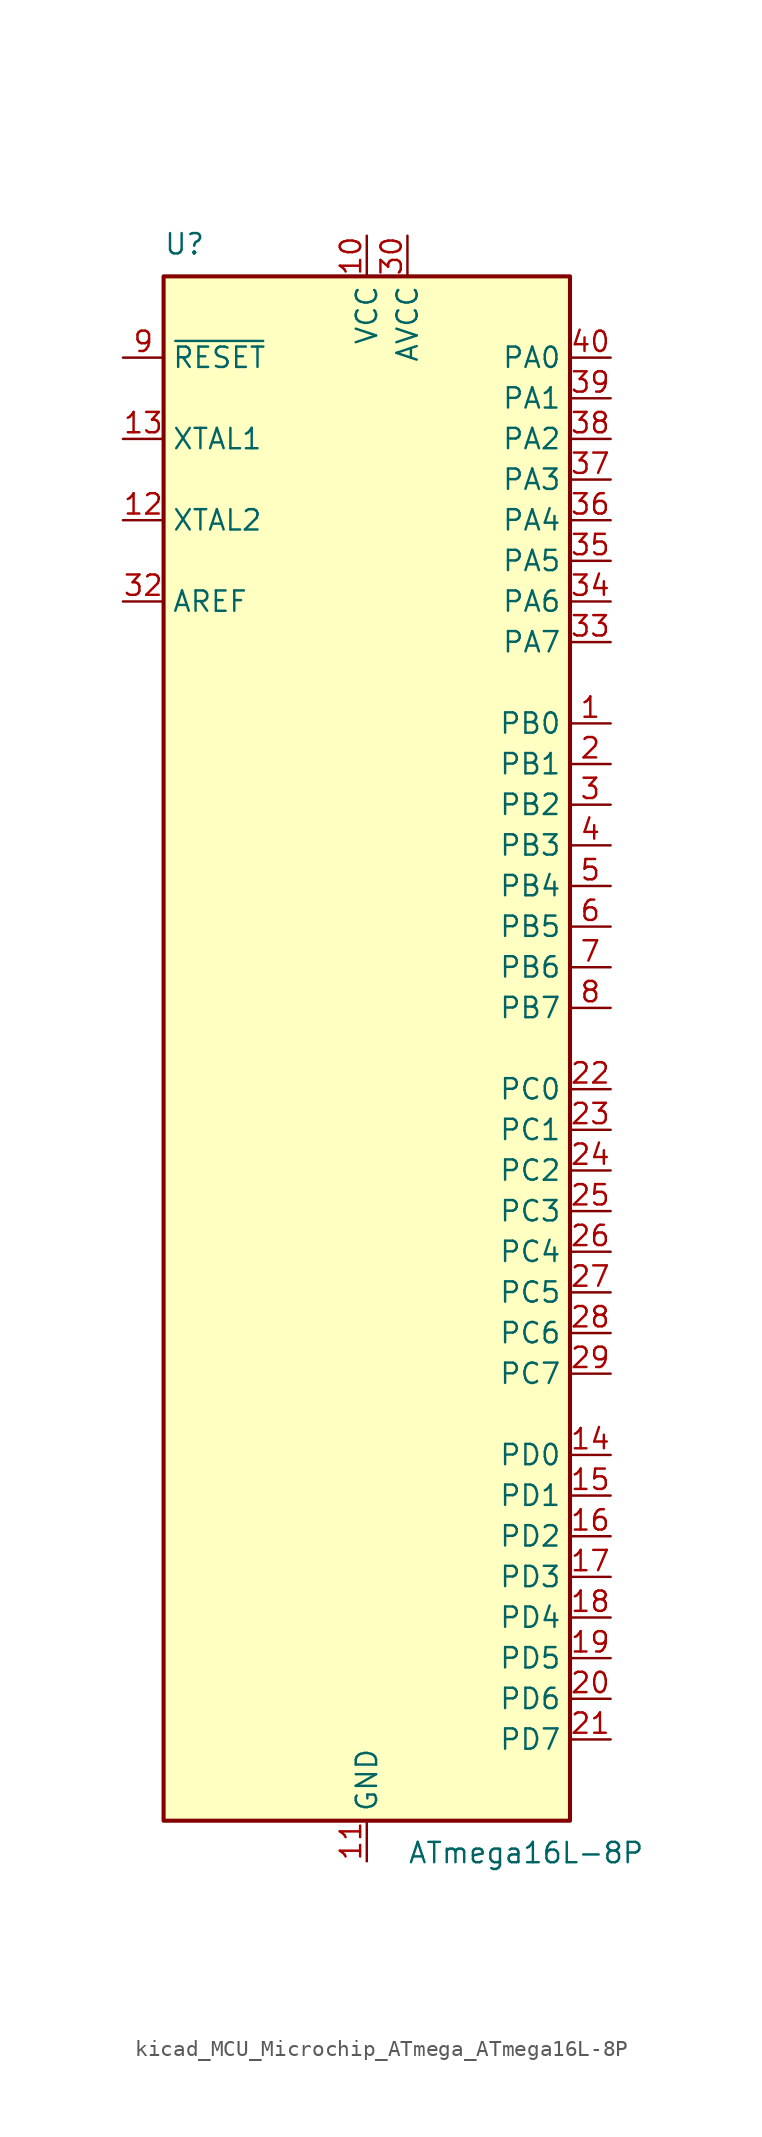
<source format=kicad_sym>
(kicad_symbol_lib
  (version 20220914)
  (generator kicad_symbol_editor)
  (symbol "kicad_MCU_Microchip_ATmega_ATmega16L-8P"
    (property "Reference" "U"
      (at -12.7 49.53 0)
      (effects (font (size 1.27 1.27)) (justify left bottom)))
    (property "Value" "ATmega16L-8P"
      (at 2.54 -49.53 0)
      (effects (font (size 1.27 1.27)) (justify left top)))
    (symbol "kicad_MCU_Microchip_ATmega_ATmega16L-8P_0_1"
      (rectangle (start -12.7 -48.26) (end 12.7 48.26) (stroke (width 0.254) (type default)) (fill (type background))))
    (symbol "kicad_MCU_Microchip_ATmega_ATmega16L-8P_1_1"
      (pin bidirectional line (at 15.24 20.32 180) (length 2.54) (name "PB0" (effects (font (size 1.27 1.27)))) (number "1" (effects (font (size 1.27 1.27)))))
      (pin power_in line (at 0 50.8 270) (length 2.54) (name "VCC" (effects (font (size 1.27 1.27)))) (number "10" (effects (font (size 1.27 1.27)))))
      (pin power_in line (at 0 -50.8 90) (length 2.54) (name "GND" (effects (font (size 1.27 1.27)))) (number "11" (effects (font (size 1.27 1.27)))))
      (pin output line (at -15.24 33.02 0) (length 2.54) (name "XTAL2" (effects (font (size 1.27 1.27)))) (number "12" (effects (font (size 1.27 1.27)))))
      (pin input line (at -15.24 38.1 0) (length 2.54) (name "XTAL1" (effects (font (size 1.27 1.27)))) (number "13" (effects (font (size 1.27 1.27)))))
      (pin bidirectional line (at 15.24 -25.4 180) (length 2.54) (name "PD0" (effects (font (size 1.27 1.27)))) (number "14" (effects (font (size 1.27 1.27)))))
      (pin bidirectional line (at 15.24 -27.94 180) (length 2.54) (name "PD1" (effects (font (size 1.27 1.27)))) (number "15" (effects (font (size 1.27 1.27)))))
      (pin bidirectional line (at 15.24 -30.48 180) (length 2.54) (name "PD2" (effects (font (size 1.27 1.27)))) (number "16" (effects (font (size 1.27 1.27)))))
      (pin bidirectional line (at 15.24 -33.02 180) (length 2.54) (name "PD3" (effects (font (size 1.27 1.27)))) (number "17" (effects (font (size 1.27 1.27)))))
      (pin bidirectional line (at 15.24 -35.56 180) (length 2.54) (name "PD4" (effects (font (size 1.27 1.27)))) (number "18" (effects (font (size 1.27 1.27)))))
      (pin bidirectional line (at 15.24 -38.1 180) (length 2.54) (name "PD5" (effects (font (size 1.27 1.27)))) (number "19" (effects (font (size 1.27 1.27)))))
      (pin bidirectional line (at 15.24 17.78 180) (length 2.54) (name "PB1" (effects (font (size 1.27 1.27)))) (number "2" (effects (font (size 1.27 1.27)))))
      (pin bidirectional line (at 15.24 -40.64 180) (length 2.54) (name "PD6" (effects (font (size 1.27 1.27)))) (number "20" (effects (font (size 1.27 1.27)))))
      (pin bidirectional line (at 15.24 -43.18 180) (length 2.54) (name "PD7" (effects (font (size 1.27 1.27)))) (number "21" (effects (font (size 1.27 1.27)))))
      (pin bidirectional line (at 15.24 -2.54 180) (length 2.54) (name "PC0" (effects (font (size 1.27 1.27)))) (number "22" (effects (font (size 1.27 1.27)))))
      (pin bidirectional line (at 15.24 -5.08 180) (length 2.54) (name "PC1" (effects (font (size 1.27 1.27)))) (number "23" (effects (font (size 1.27 1.27)))))
      (pin bidirectional line (at 15.24 -7.62 180) (length 2.54) (name "PC2" (effects (font (size 1.27 1.27)))) (number "24" (effects (font (size 1.27 1.27)))))
      (pin bidirectional line (at 15.24 -10.16 180) (length 2.54) (name "PC3" (effects (font (size 1.27 1.27)))) (number "25" (effects (font (size 1.27 1.27)))))
      (pin bidirectional line (at 15.24 -12.7 180) (length 2.54) (name "PC4" (effects (font (size 1.27 1.27)))) (number "26" (effects (font (size 1.27 1.27)))))
      (pin bidirectional line (at 15.24 -15.24 180) (length 2.54) (name "PC5" (effects (font (size 1.27 1.27)))) (number "27" (effects (font (size 1.27 1.27)))))
      (pin bidirectional line (at 15.24 -17.78 180) (length 2.54) (name "PC6" (effects (font (size 1.27 1.27)))) (number "28" (effects (font (size 1.27 1.27)))))
      (pin bidirectional line (at 15.24 -20.32 180) (length 2.54) (name "PC7" (effects (font (size 1.27 1.27)))) (number "29" (effects (font (size 1.27 1.27)))))
      (pin bidirectional line (at 15.24 15.24 180) (length 2.54) (name "PB2" (effects (font (size 1.27 1.27)))) (number "3" (effects (font (size 1.27 1.27)))))
      (pin power_in line (at 2.54 50.8 270) (length 2.54) (name "AVCC" (effects (font (size 1.27 1.27)))) (number "30" (effects (font (size 1.27 1.27)))))
      (pin passive line (at 0 -50.8 90) (length 2.54) hide (name "GND" (effects (font (size 1.27 1.27)))) (number "31" (effects (font (size 1.27 1.27)))))
      (pin passive line (at -15.24 27.94 0) (length 2.54) (name "AREF" (effects (font (size 1.27 1.27)))) (number "32" (effects (font (size 1.27 1.27)))))
      (pin bidirectional line (at 15.24 25.4 180) (length 2.54) (name "PA7" (effects (font (size 1.27 1.27)))) (number "33" (effects (font (size 1.27 1.27)))))
      (pin bidirectional line (at 15.24 27.94 180) (length 2.54) (name "PA6" (effects (font (size 1.27 1.27)))) (number "34" (effects (font (size 1.27 1.27)))))
      (pin bidirectional line (at 15.24 30.48 180) (length 2.54) (name "PA5" (effects (font (size 1.27 1.27)))) (number "35" (effects (font (size 1.27 1.27)))))
      (pin bidirectional line (at 15.24 33.02 180) (length 2.54) (name "PA4" (effects (font (size 1.27 1.27)))) (number "36" (effects (font (size 1.27 1.27)))))
      (pin bidirectional line (at 15.24 35.56 180) (length 2.54) (name "PA3" (effects (font (size 1.27 1.27)))) (number "37" (effects (font (size 1.27 1.27)))))
      (pin bidirectional line (at 15.24 38.1 180) (length 2.54) (name "PA2" (effects (font (size 1.27 1.27)))) (number "38" (effects (font (size 1.27 1.27)))))
      (pin bidirectional line (at 15.24 40.64 180) (length 2.54) (name "PA1" (effects (font (size 1.27 1.27)))) (number "39" (effects (font (size 1.27 1.27)))))
      (pin bidirectional line (at 15.24 12.7 180) (length 2.54) (name "PB3" (effects (font (size 1.27 1.27)))) (number "4" (effects (font (size 1.27 1.27)))))
      (pin bidirectional line (at 15.24 43.18 180) (length 2.54) (name "PA0" (effects (font (size 1.27 1.27)))) (number "40" (effects (font (size 1.27 1.27)))))
      (pin bidirectional line (at 15.24 10.16 180) (length 2.54) (name "PB4" (effects (font (size 1.27 1.27)))) (number "5" (effects (font (size 1.27 1.27)))))
      (pin bidirectional line (at 15.24 7.62 180) (length 2.54) (name "PB5" (effects (font (size 1.27 1.27)))) (number "6" (effects (font (size 1.27 1.27)))))
      (pin bidirectional line (at 15.24 5.08 180) (length 2.54) (name "PB6" (effects (font (size 1.27 1.27)))) (number "7" (effects (font (size 1.27 1.27)))))
      (pin bidirectional line (at 15.24 2.54 180) (length 2.54) (name "PB7" (effects (font (size 1.27 1.27)))) (number "8" (effects (font (size 1.27 1.27)))))
      (pin input line (at -15.24 43.18 0) (length 2.54) (name "~{RESET}" (effects (font (size 1.27 1.27)))) (number "9" (effects (font (size 1.27 1.27))))))))
</source>
